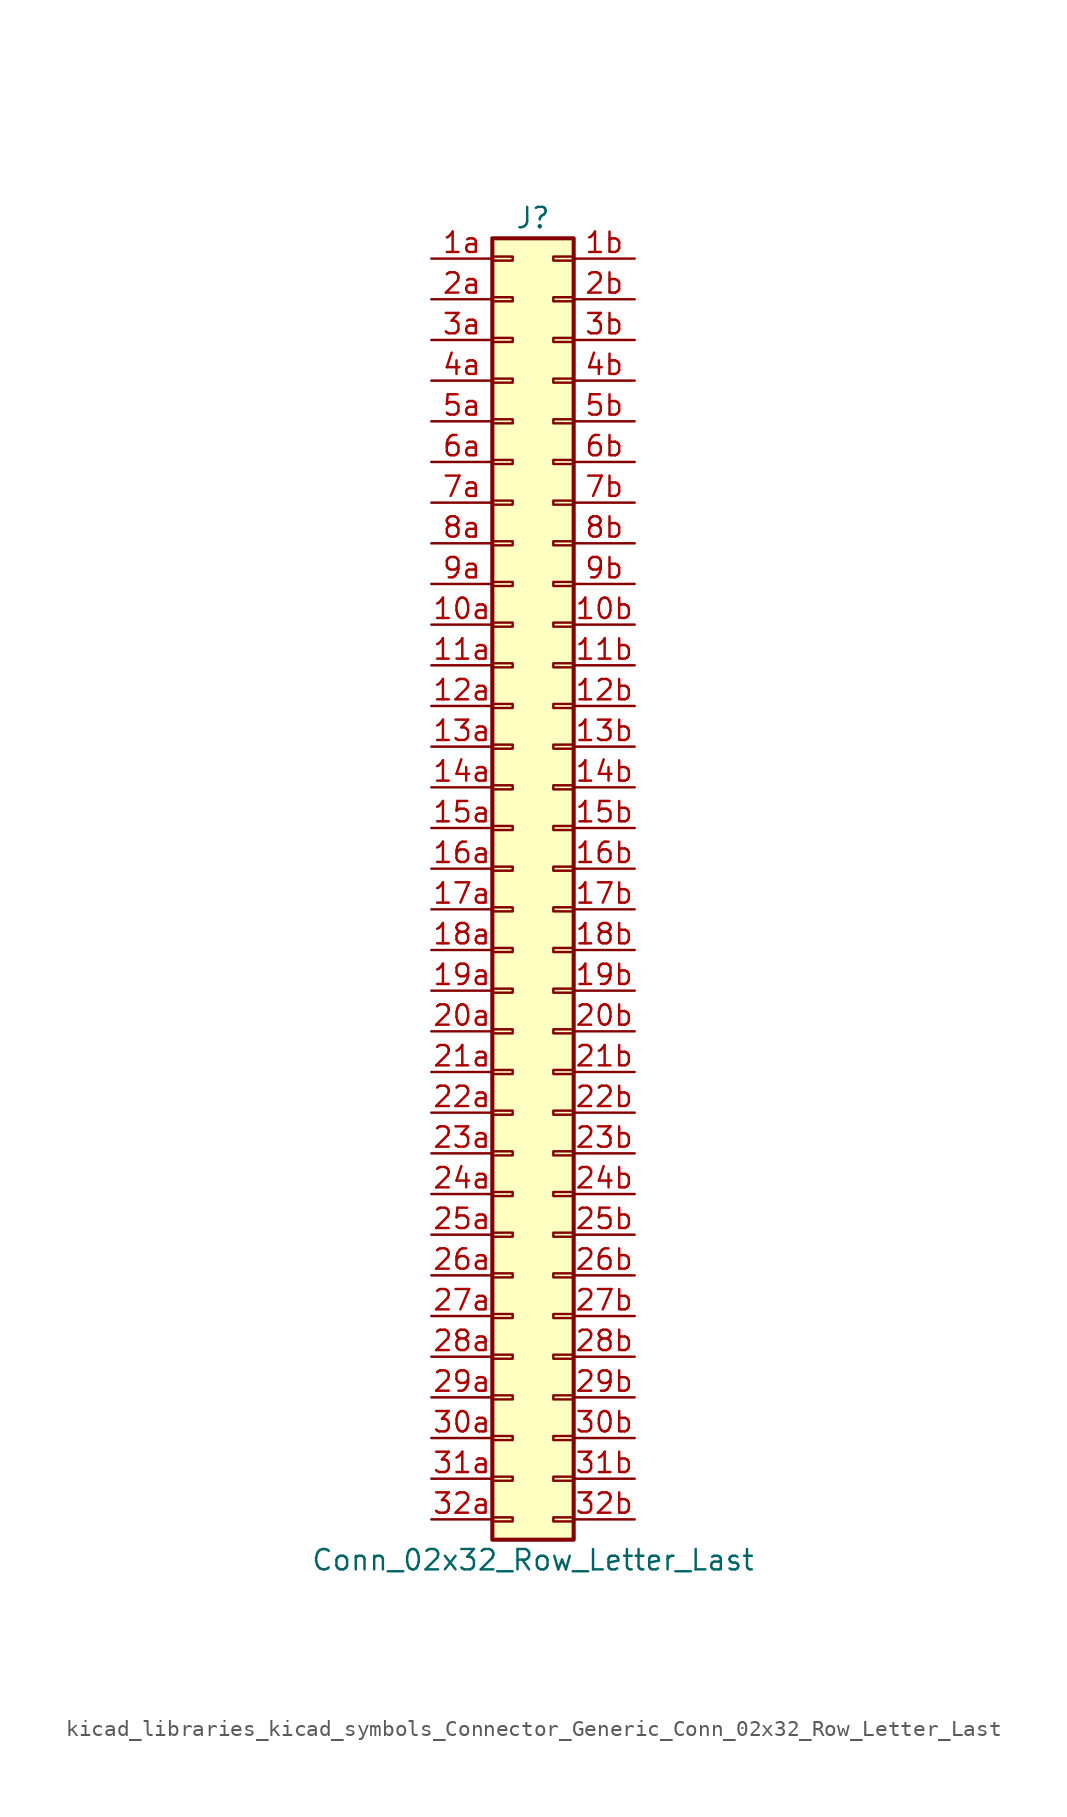
<source format=kicad_sym>
(kicad_symbol_lib
  (version 20220914)
  (generator kicad_symbol_editor)
  (symbol "kicad_libraries_kicad_symbols_Connector_Generic_Conn_02x32_Row_Letter_Last"
    (pin_names
      (offset 1.016) hide)
    (property "Reference" "J"
      (at 1.27 40.64 0)
      (effects (font (size 1.27 1.27))))
    (property "Value" "Conn_02x32_Row_Letter_Last"
      (at 1.27 -43.18 0)
      (effects (font (size 1.27 1.27))))
    (symbol "kicad_libraries_kicad_symbols_Connector_Generic_Conn_02x32_Row_Letter_Last_1_1"
      (rectangle (start -1.27 -40.513) (end 0 -40.767) (stroke (width 0.152) (type default)) (fill (type none)))
      (rectangle (start -1.27 -37.973) (end 0 -38.227) (stroke (width 0.152) (type default)) (fill (type none)))
      (rectangle (start -1.27 -35.433) (end 0 -35.687) (stroke (width 0.152) (type default)) (fill (type none)))
      (rectangle (start -1.27 -32.893) (end 0 -33.147) (stroke (width 0.152) (type default)) (fill (type none)))
      (rectangle (start -1.27 -30.353) (end 0 -30.607) (stroke (width 0.152) (type default)) (fill (type none)))
      (rectangle (start -1.27 -27.813) (end 0 -28.067) (stroke (width 0.152) (type default)) (fill (type none)))
      (rectangle (start -1.27 -25.273) (end 0 -25.527) (stroke (width 0.152) (type default)) (fill (type none)))
      (rectangle (start -1.27 -22.733) (end 0 -22.987) (stroke (width 0.152) (type default)) (fill (type none)))
      (rectangle (start -1.27 -20.193) (end 0 -20.447) (stroke (width 0.152) (type default)) (fill (type none)))
      (rectangle (start -1.27 -17.653) (end 0 -17.907) (stroke (width 0.152) (type default)) (fill (type none)))
      (rectangle (start -1.27 -15.113) (end 0 -15.367) (stroke (width 0.152) (type default)) (fill (type none)))
      (rectangle (start -1.27 -12.573) (end 0 -12.827) (stroke (width 0.152) (type default)) (fill (type none)))
      (rectangle (start -1.27 -10.033) (end 0 -10.287) (stroke (width 0.152) (type default)) (fill (type none)))
      (rectangle (start -1.27 -7.493) (end 0 -7.747) (stroke (width 0.152) (type default)) (fill (type none)))
      (rectangle (start -1.27 -4.953) (end 0 -5.207) (stroke (width 0.152) (type default)) (fill (type none)))
      (rectangle (start -1.27 -2.413) (end 0 -2.667) (stroke (width 0.152) (type default)) (fill (type none)))
      (rectangle (start -1.27 0.127) (end 0 -0.127) (stroke (width 0.152) (type default)) (fill (type none)))
      (rectangle (start -1.27 2.667) (end 0 2.413) (stroke (width 0.152) (type default)) (fill (type none)))
      (rectangle (start -1.27 5.207) (end 0 4.953) (stroke (width 0.152) (type default)) (fill (type none)))
      (rectangle (start -1.27 7.747) (end 0 7.493) (stroke (width 0.152) (type default)) (fill (type none)))
      (rectangle (start -1.27 10.287) (end 0 10.033) (stroke (width 0.152) (type default)) (fill (type none)))
      (rectangle (start -1.27 12.827) (end 0 12.573) (stroke (width 0.152) (type default)) (fill (type none)))
      (rectangle (start -1.27 15.367) (end 0 15.113) (stroke (width 0.152) (type default)) (fill (type none)))
      (rectangle (start -1.27 17.907) (end 0 17.653) (stroke (width 0.152) (type default)) (fill (type none)))
      (rectangle (start -1.27 20.447) (end 0 20.193) (stroke (width 0.152) (type default)) (fill (type none)))
      (rectangle (start -1.27 22.987) (end 0 22.733) (stroke (width 0.152) (type default)) (fill (type none)))
      (rectangle (start -1.27 25.527) (end 0 25.273) (stroke (width 0.152) (type default)) (fill (type none)))
      (rectangle (start -1.27 28.067) (end 0 27.813) (stroke (width 0.152) (type default)) (fill (type none)))
      (rectangle (start -1.27 30.607) (end 0 30.353) (stroke (width 0.152) (type default)) (fill (type none)))
      (rectangle (start -1.27 33.147) (end 0 32.893) (stroke (width 0.152) (type default)) (fill (type none)))
      (rectangle (start -1.27 35.687) (end 0 35.433) (stroke (width 0.152) (type default)) (fill (type none)))
      (rectangle (start -1.27 38.227) (end 0 37.973) (stroke (width 0.152) (type default)) (fill (type none)))
      (rectangle (start -1.27 39.37) (end 3.81 -41.91) (stroke (width 0.254) (type default)) (fill (type background)))
      (rectangle (start 3.81 -40.513) (end 2.54 -40.767) (stroke (width 0.152) (type default)) (fill (type none)))
      (rectangle (start 3.81 -37.973) (end 2.54 -38.227) (stroke (width 0.152) (type default)) (fill (type none)))
      (rectangle (start 3.81 -35.433) (end 2.54 -35.687) (stroke (width 0.152) (type default)) (fill (type none)))
      (rectangle (start 3.81 -32.893) (end 2.54 -33.147) (stroke (width 0.152) (type default)) (fill (type none)))
      (rectangle (start 3.81 -30.353) (end 2.54 -30.607) (stroke (width 0.152) (type default)) (fill (type none)))
      (rectangle (start 3.81 -27.813) (end 2.54 -28.067) (stroke (width 0.152) (type default)) (fill (type none)))
      (rectangle (start 3.81 -25.273) (end 2.54 -25.527) (stroke (width 0.152) (type default)) (fill (type none)))
      (rectangle (start 3.81 -22.733) (end 2.54 -22.987) (stroke (width 0.152) (type default)) (fill (type none)))
      (rectangle (start 3.81 -20.193) (end 2.54 -20.447) (stroke (width 0.152) (type default)) (fill (type none)))
      (rectangle (start 3.81 -17.653) (end 2.54 -17.907) (stroke (width 0.152) (type default)) (fill (type none)))
      (rectangle (start 3.81 -15.113) (end 2.54 -15.367) (stroke (width 0.152) (type default)) (fill (type none)))
      (rectangle (start 3.81 -12.573) (end 2.54 -12.827) (stroke (width 0.152) (type default)) (fill (type none)))
      (rectangle (start 3.81 -10.033) (end 2.54 -10.287) (stroke (width 0.152) (type default)) (fill (type none)))
      (rectangle (start 3.81 -7.493) (end 2.54 -7.747) (stroke (width 0.152) (type default)) (fill (type none)))
      (rectangle (start 3.81 -4.953) (end 2.54 -5.207) (stroke (width 0.152) (type default)) (fill (type none)))
      (rectangle (start 3.81 -2.413) (end 2.54 -2.667) (stroke (width 0.152) (type default)) (fill (type none)))
      (rectangle (start 3.81 0.127) (end 2.54 -0.127) (stroke (width 0.152) (type default)) (fill (type none)))
      (rectangle (start 3.81 2.667) (end 2.54 2.413) (stroke (width 0.152) (type default)) (fill (type none)))
      (rectangle (start 3.81 5.207) (end 2.54 4.953) (stroke (width 0.152) (type default)) (fill (type none)))
      (rectangle (start 3.81 7.747) (end 2.54 7.493) (stroke (width 0.152) (type default)) (fill (type none)))
      (rectangle (start 3.81 10.287) (end 2.54 10.033) (stroke (width 0.152) (type default)) (fill (type none)))
      (rectangle (start 3.81 12.827) (end 2.54 12.573) (stroke (width 0.152) (type default)) (fill (type none)))
      (rectangle (start 3.81 15.367) (end 2.54 15.113) (stroke (width 0.152) (type default)) (fill (type none)))
      (rectangle (start 3.81 17.907) (end 2.54 17.653) (stroke (width 0.152) (type default)) (fill (type none)))
      (rectangle (start 3.81 20.447) (end 2.54 20.193) (stroke (width 0.152) (type default)) (fill (type none)))
      (rectangle (start 3.81 22.987) (end 2.54 22.733) (stroke (width 0.152) (type default)) (fill (type none)))
      (rectangle (start 3.81 25.527) (end 2.54 25.273) (stroke (width 0.152) (type default)) (fill (type none)))
      (rectangle (start 3.81 28.067) (end 2.54 27.813) (stroke (width 0.152) (type default)) (fill (type none)))
      (rectangle (start 3.81 30.607) (end 2.54 30.353) (stroke (width 0.152) (type default)) (fill (type none)))
      (rectangle (start 3.81 33.147) (end 2.54 32.893) (stroke (width 0.152) (type default)) (fill (type none)))
      (rectangle (start 3.81 35.687) (end 2.54 35.433) (stroke (width 0.152) (type default)) (fill (type none)))
      (rectangle (start 3.81 38.227) (end 2.54 37.973) (stroke (width 0.152) (type default)) (fill (type none)))
      (pin passive line (at -5.08 15.24 0) (length 3.81) (name "Pin_10a" (effects (font (size 1.27 1.27)))) (number "10a" (effects (font (size 1.27 1.27)))))
      (pin passive line (at 7.62 15.24 180) (length 3.81) (name "Pin_10b" (effects (font (size 1.27 1.27)))) (number "10b" (effects (font (size 1.27 1.27)))))
      (pin passive line (at -5.08 12.7 0) (length 3.81) (name "Pin_11a" (effects (font (size 1.27 1.27)))) (number "11a" (effects (font (size 1.27 1.27)))))
      (pin passive line (at 7.62 12.7 180) (length 3.81) (name "Pin_11b" (effects (font (size 1.27 1.27)))) (number "11b" (effects (font (size 1.27 1.27)))))
      (pin passive line (at -5.08 10.16 0) (length 3.81) (name "Pin_12a" (effects (font (size 1.27 1.27)))) (number "12a" (effects (font (size 1.27 1.27)))))
      (pin passive line (at 7.62 10.16 180) (length 3.81) (name "Pin_12b" (effects (font (size 1.27 1.27)))) (number "12b" (effects (font (size 1.27 1.27)))))
      (pin passive line (at -5.08 7.62 0) (length 3.81) (name "Pin_13a" (effects (font (size 1.27 1.27)))) (number "13a" (effects (font (size 1.27 1.27)))))
      (pin passive line (at 7.62 7.62 180) (length 3.81) (name "Pin_13b" (effects (font (size 1.27 1.27)))) (number "13b" (effects (font (size 1.27 1.27)))))
      (pin passive line (at -5.08 5.08 0) (length 3.81) (name "Pin_14a" (effects (font (size 1.27 1.27)))) (number "14a" (effects (font (size 1.27 1.27)))))
      (pin passive line (at 7.62 5.08 180) (length 3.81) (name "Pin_14b" (effects (font (size 1.27 1.27)))) (number "14b" (effects (font (size 1.27 1.27)))))
      (pin passive line (at -5.08 2.54 0) (length 3.81) (name "Pin_15a" (effects (font (size 1.27 1.27)))) (number "15a" (effects (font (size 1.27 1.27)))))
      (pin passive line (at 7.62 2.54 180) (length 3.81) (name "Pin_15b" (effects (font (size 1.27 1.27)))) (number "15b" (effects (font (size 1.27 1.27)))))
      (pin passive line (at -5.08 0 0) (length 3.81) (name "Pin_16a" (effects (font (size 1.27 1.27)))) (number "16a" (effects (font (size 1.27 1.27)))))
      (pin passive line (at 7.62 0 180) (length 3.81) (name "Pin_16b" (effects (font (size 1.27 1.27)))) (number "16b" (effects (font (size 1.27 1.27)))))
      (pin passive line (at -5.08 -2.54 0) (length 3.81) (name "Pin_17a" (effects (font (size 1.27 1.27)))) (number "17a" (effects (font (size 1.27 1.27)))))
      (pin passive line (at 7.62 -2.54 180) (length 3.81) (name "Pin_17b" (effects (font (size 1.27 1.27)))) (number "17b" (effects (font (size 1.27 1.27)))))
      (pin passive line (at -5.08 -5.08 0) (length 3.81) (name "Pin_18a" (effects (font (size 1.27 1.27)))) (number "18a" (effects (font (size 1.27 1.27)))))
      (pin passive line (at 7.62 -5.08 180) (length 3.81) (name "Pin_18b" (effects (font (size 1.27 1.27)))) (number "18b" (effects (font (size 1.27 1.27)))))
      (pin passive line (at -5.08 -7.62 0) (length 3.81) (name "Pin_19a" (effects (font (size 1.27 1.27)))) (number "19a" (effects (font (size 1.27 1.27)))))
      (pin passive line (at 7.62 -7.62 180) (length 3.81) (name "Pin_19b" (effects (font (size 1.27 1.27)))) (number "19b" (effects (font (size 1.27 1.27)))))
      (pin passive line (at -5.08 38.1 0) (length 3.81) (name "Pin_1a" (effects (font (size 1.27 1.27)))) (number "1a" (effects (font (size 1.27 1.27)))))
      (pin passive line (at 7.62 38.1 180) (length 3.81) (name "Pin_1b" (effects (font (size 1.27 1.27)))) (number "1b" (effects (font (size 1.27 1.27)))))
      (pin passive line (at -5.08 -10.16 0) (length 3.81) (name "Pin_20a" (effects (font (size 1.27 1.27)))) (number "20a" (effects (font (size 1.27 1.27)))))
      (pin passive line (at 7.62 -10.16 180) (length 3.81) (name "Pin_20b" (effects (font (size 1.27 1.27)))) (number "20b" (effects (font (size 1.27 1.27)))))
      (pin passive line (at -5.08 -12.7 0) (length 3.81) (name "Pin_21a" (effects (font (size 1.27 1.27)))) (number "21a" (effects (font (size 1.27 1.27)))))
      (pin passive line (at 7.62 -12.7 180) (length 3.81) (name "Pin_21b" (effects (font (size 1.27 1.27)))) (number "21b" (effects (font (size 1.27 1.27)))))
      (pin passive line (at -5.08 -15.24 0) (length 3.81) (name "Pin_22a" (effects (font (size 1.27 1.27)))) (number "22a" (effects (font (size 1.27 1.27)))))
      (pin passive line (at 7.62 -15.24 180) (length 3.81) (name "Pin_22b" (effects (font (size 1.27 1.27)))) (number "22b" (effects (font (size 1.27 1.27)))))
      (pin passive line (at -5.08 -17.78 0) (length 3.81) (name "Pin_23a" (effects (font (size 1.27 1.27)))) (number "23a" (effects (font (size 1.27 1.27)))))
      (pin passive line (at 7.62 -17.78 180) (length 3.81) (name "Pin_23b" (effects (font (size 1.27 1.27)))) (number "23b" (effects (font (size 1.27 1.27)))))
      (pin passive line (at -5.08 -20.32 0) (length 3.81) (name "Pin_24a" (effects (font (size 1.27 1.27)))) (number "24a" (effects (font (size 1.27 1.27)))))
      (pin passive line (at 7.62 -20.32 180) (length 3.81) (name "Pin_24b" (effects (font (size 1.27 1.27)))) (number "24b" (effects (font (size 1.27 1.27)))))
      (pin passive line (at -5.08 -22.86 0) (length 3.81) (name "Pin_25a" (effects (font (size 1.27 1.27)))) (number "25a" (effects (font (size 1.27 1.27)))))
      (pin passive line (at 7.62 -22.86 180) (length 3.81) (name "Pin_25b" (effects (font (size 1.27 1.27)))) (number "25b" (effects (font (size 1.27 1.27)))))
      (pin passive line (at -5.08 -25.4 0) (length 3.81) (name "Pin_26a" (effects (font (size 1.27 1.27)))) (number "26a" (effects (font (size 1.27 1.27)))))
      (pin passive line (at 7.62 -25.4 180) (length 3.81) (name "Pin_26b" (effects (font (size 1.27 1.27)))) (number "26b" (effects (font (size 1.27 1.27)))))
      (pin passive line (at -5.08 -27.94 0) (length 3.81) (name "Pin_27a" (effects (font (size 1.27 1.27)))) (number "27a" (effects (font (size 1.27 1.27)))))
      (pin passive line (at 7.62 -27.94 180) (length 3.81) (name "Pin_27b" (effects (font (size 1.27 1.27)))) (number "27b" (effects (font (size 1.27 1.27)))))
      (pin passive line (at -5.08 -30.48 0) (length 3.81) (name "Pin_28a" (effects (font (size 1.27 1.27)))) (number "28a" (effects (font (size 1.27 1.27)))))
      (pin passive line (at 7.62 -30.48 180) (length 3.81) (name "Pin_28b" (effects (font (size 1.27 1.27)))) (number "28b" (effects (font (size 1.27 1.27)))))
      (pin passive line (at -5.08 -33.02 0) (length 3.81) (name "Pin_29a" (effects (font (size 1.27 1.27)))) (number "29a" (effects (font (size 1.27 1.27)))))
      (pin passive line (at 7.62 -33.02 180) (length 3.81) (name "Pin_29b" (effects (font (size 1.27 1.27)))) (number "29b" (effects (font (size 1.27 1.27)))))
      (pin passive line (at -5.08 35.56 0) (length 3.81) (name "Pin_2a" (effects (font (size 1.27 1.27)))) (number "2a" (effects (font (size 1.27 1.27)))))
      (pin passive line (at 7.62 35.56 180) (length 3.81) (name "Pin_2b" (effects (font (size 1.27 1.27)))) (number "2b" (effects (font (size 1.27 1.27)))))
      (pin passive line (at -5.08 -35.56 0) (length 3.81) (name "Pin_30a" (effects (font (size 1.27 1.27)))) (number "30a" (effects (font (size 1.27 1.27)))))
      (pin passive line (at 7.62 -35.56 180) (length 3.81) (name "Pin_30b" (effects (font (size 1.27 1.27)))) (number "30b" (effects (font (size 1.27 1.27)))))
      (pin passive line (at -5.08 -38.1 0) (length 3.81) (name "Pin_31a" (effects (font (size 1.27 1.27)))) (number "31a" (effects (font (size 1.27 1.27)))))
      (pin passive line (at 7.62 -38.1 180) (length 3.81) (name "Pin_31b" (effects (font (size 1.27 1.27)))) (number "31b" (effects (font (size 1.27 1.27)))))
      (pin passive line (at -5.08 -40.64 0) (length 3.81) (name "Pin_32a" (effects (font (size 1.27 1.27)))) (number "32a" (effects (font (size 1.27 1.27)))))
      (pin passive line (at 7.62 -40.64 180) (length 3.81) (name "Pin_32b" (effects (font (size 1.27 1.27)))) (number "32b" (effects (font (size 1.27 1.27)))))
      (pin passive line (at -5.08 33.02 0) (length 3.81) (name "Pin_3a" (effects (font (size 1.27 1.27)))) (number "3a" (effects (font (size 1.27 1.27)))))
      (pin passive line (at 7.62 33.02 180) (length 3.81) (name "Pin_3b" (effects (font (size 1.27 1.27)))) (number "3b" (effects (font (size 1.27 1.27)))))
      (pin passive line (at -5.08 30.48 0) (length 3.81) (name "Pin_4a" (effects (font (size 1.27 1.27)))) (number "4a" (effects (font (size 1.27 1.27)))))
      (pin passive line (at 7.62 30.48 180) (length 3.81) (name "Pin_4b" (effects (font (size 1.27 1.27)))) (number "4b" (effects (font (size 1.27 1.27)))))
      (pin passive line (at -5.08 27.94 0) (length 3.81) (name "Pin_5a" (effects (font (size 1.27 1.27)))) (number "5a" (effects (font (size 1.27 1.27)))))
      (pin passive line (at 7.62 27.94 180) (length 3.81) (name "Pin_5b" (effects (font (size 1.27 1.27)))) (number "5b" (effects (font (size 1.27 1.27)))))
      (pin passive line (at -5.08 25.4 0) (length 3.81) (name "Pin_6a" (effects (font (size 1.27 1.27)))) (number "6a" (effects (font (size 1.27 1.27)))))
      (pin passive line (at 7.62 25.4 180) (length 3.81) (name "Pin_6b" (effects (font (size 1.27 1.27)))) (number "6b" (effects (font (size 1.27 1.27)))))
      (pin passive line (at -5.08 22.86 0) (length 3.81) (name "Pin_7a" (effects (font (size 1.27 1.27)))) (number "7a" (effects (font (size 1.27 1.27)))))
      (pin passive line (at 7.62 22.86 180) (length 3.81) (name "Pin_7b" (effects (font (size 1.27 1.27)))) (number "7b" (effects (font (size 1.27 1.27)))))
      (pin passive line (at -5.08 20.32 0) (length 3.81) (name "Pin_8a" (effects (font (size 1.27 1.27)))) (number "8a" (effects (font (size 1.27 1.27)))))
      (pin passive line (at 7.62 20.32 180) (length 3.81) (name "Pin_8b" (effects (font (size 1.27 1.27)))) (number "8b" (effects (font (size 1.27 1.27)))))
      (pin passive line (at -5.08 17.78 0) (length 3.81) (name "Pin_9a" (effects (font (size 1.27 1.27)))) (number "9a" (effects (font (size 1.27 1.27)))))
      (pin passive line (at 7.62 17.78 180) (length 3.81) (name "Pin_9b" (effects (font (size 1.27 1.27)))) (number "9b" (effects (font (size 1.27 1.27))))))))
</source>
